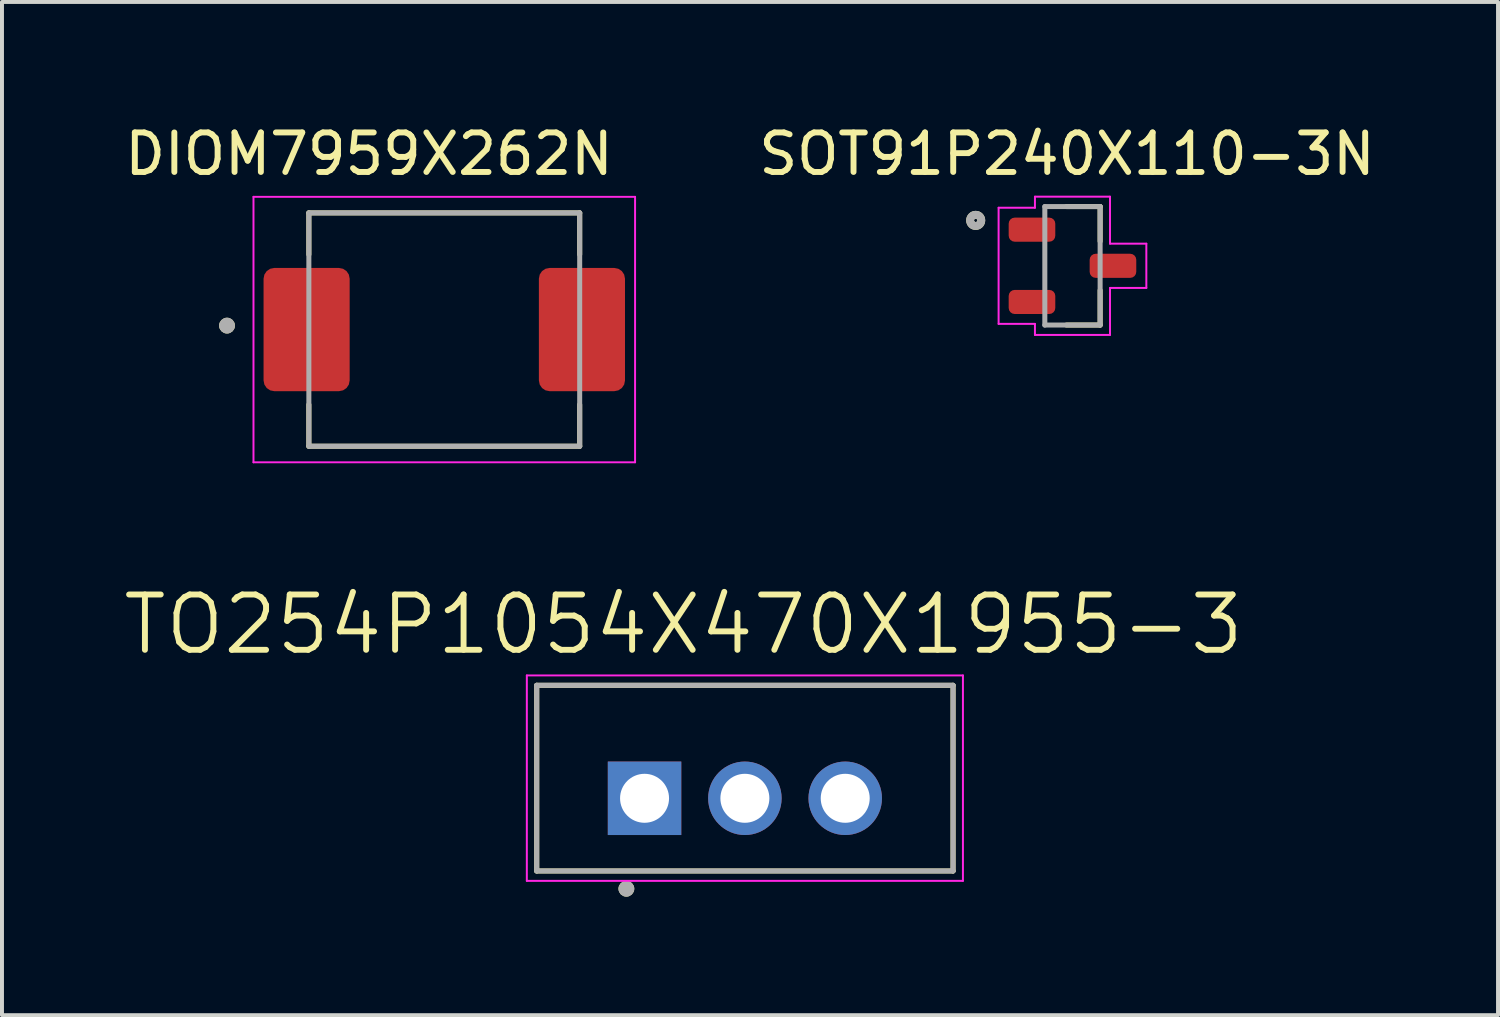
<source format=kicad_pcb>
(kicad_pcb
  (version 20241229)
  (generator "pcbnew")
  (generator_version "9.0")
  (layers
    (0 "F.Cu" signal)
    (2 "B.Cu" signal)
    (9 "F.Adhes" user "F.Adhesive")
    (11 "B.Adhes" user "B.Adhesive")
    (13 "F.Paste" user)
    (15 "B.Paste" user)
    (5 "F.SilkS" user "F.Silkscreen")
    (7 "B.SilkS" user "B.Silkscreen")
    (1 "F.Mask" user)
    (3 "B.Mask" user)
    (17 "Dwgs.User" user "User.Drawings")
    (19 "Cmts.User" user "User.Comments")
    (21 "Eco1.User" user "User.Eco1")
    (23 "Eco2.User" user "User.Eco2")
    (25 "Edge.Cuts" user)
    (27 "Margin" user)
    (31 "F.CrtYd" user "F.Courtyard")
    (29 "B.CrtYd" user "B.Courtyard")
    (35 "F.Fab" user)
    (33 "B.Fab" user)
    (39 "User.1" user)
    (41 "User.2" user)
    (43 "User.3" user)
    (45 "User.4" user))
  (footprint "DIOM7959X262N"
    (layer "F.Cu")
    (at 8.197 5.293)
    (property "Reference" "DIOM7959X262N" (at -1.905 -4.445 0) (layer "F.SilkS") (effects (font (size 1 1) (thickness 0.15))))
    (attr smd)
    (fp_line (start -3.428 -2.953) (end 3.428 -2.953) (stroke (width 0.127) (type solid)) (layer "F.SilkS"))
    (fp_line (start -3.428 -1.9) (end -3.428 -2.953) (stroke (width 0.127) (type solid)) (layer "F.SilkS"))
    (fp_line (start -3.428 1.9) (end -3.428 2.953) (stroke (width 0.127) (type solid)) (layer "F.SilkS"))
    (fp_line (start -3.428 2.953) (end 3.428 2.953) (stroke (width 0.127) (type solid)) (layer "F.SilkS"))
    (fp_line (start 3.428 -2.953) (end 3.428 -1.9) (stroke (width 0.127) (type solid)) (layer "F.SilkS"))
    (fp_line (start 3.428 2.953) (end 3.428 1.9) (stroke (width 0.127) (type solid)) (layer "F.SilkS"))
    (fp_circle (center -5.5 -0.1) (end -5.4 -0.1) (stroke (width 0.2) (type solid)) (fill no) (layer "F.SilkS"))
    (fp_line (start -4.83 -3.36) (end 4.83 -3.36) (stroke (width 0.05) (type solid)) (layer "F.CrtYd"))
    (fp_line (start -4.83 3.36) (end -4.83 -3.36) (stroke (width 0.05) (type solid)) (layer "F.CrtYd"))
    (fp_line (start 4.83 -3.36) (end 4.83 3.36) (stroke (width 0.05) (type solid)) (layer "F.CrtYd"))
    (fp_line (start 4.83 3.36) (end -4.83 3.36) (stroke (width 0.05) (type solid)) (layer "F.CrtYd"))
    (fp_line (start -3.428 -2.953) (end 3.428 -2.953) (stroke (width 0.127) (type solid)) (layer "F.Fab"))
    (fp_line (start -3.428 2.953) (end -3.428 -2.953) (stroke (width 0.127) (type solid)) (layer "F.Fab"))
    (fp_line (start 3.428 -2.953) (end 3.428 2.953) (stroke (width 0.127) (type solid)) (layer "F.Fab"))
    (fp_line (start 3.428 2.953) (end -3.428 2.953) (stroke (width 0.127) (type solid)) (layer "F.Fab"))
    (fp_circle (center -5.5 -0.1) (end -5.4 -0.1) (stroke (width 0.2) (type solid)) (fill no) (layer "F.Fab"))
    (pad "A" smd roundrect (at 3.485 0) (size 2.18 3.12) (layers "F.Cu" "F.Mask" "F.Paste") (roundrect_rratio 0.125))
    (pad "C" smd roundrect (at -3.485 0) (size 2.18 3.12) (layers "F.Cu" "F.Mask" "F.Paste") (roundrect_rratio 0.125)))
  (footprint "TO254P1054X470X1955-3"
    (layer "F.Cu")
    (at 15.807 16.649)
    (property "Reference" "TO254P1054X470X1955-3" (at -1.555 -3.889 0) (layer "F.SilkS") (effects (font (size 1.4 1.4) (thickness 0.15))))
    (attr through_hole)
    (fp_line (start -5.27 -2.35) (end 5.27 -2.35) (stroke (width 0.127) (type solid)) (layer "F.SilkS"))
    (fp_line (start -5.27 2.35) (end -5.27 -2.35) (stroke (width 0.127) (type solid)) (layer "F.SilkS"))
    (fp_line (start 5.27 -2.35) (end 5.27 2.35) (stroke (width 0.127) (type solid)) (layer "F.SilkS"))
    (fp_line (start 5.27 2.35) (end -5.27 2.35) (stroke (width 0.127) (type solid)) (layer "F.SilkS"))
    (fp_circle (center -3 2.8) (end -2.9 2.8) (stroke (width 0.2) (type solid)) (fill no) (layer "F.SilkS"))
    (fp_line (start -5.52 -2.6) (end 5.52 -2.6) (stroke (width 0.05) (type solid)) (layer "F.CrtYd"))
    (fp_line (start -5.52 2.6) (end -5.52 -2.6) (stroke (width 0.05) (type solid)) (layer "F.CrtYd"))
    (fp_line (start 5.52 -2.6) (end 5.52 2.6) (stroke (width 0.05) (type solid)) (layer "F.CrtYd"))
    (fp_line (start 5.52 2.6) (end -5.52 2.6) (stroke (width 0.05) (type solid)) (layer "F.CrtYd"))
    (fp_line (start -5.27 -2.35) (end 5.27 -2.35) (stroke (width 0.127) (type solid)) (layer "F.Fab"))
    (fp_line (start -5.27 2.35) (end -5.27 -2.35) (stroke (width 0.127) (type solid)) (layer "F.Fab"))
    (fp_line (start 5.27 -2.35) (end 5.27 2.35) (stroke (width 0.127) (type solid)) (layer "F.Fab"))
    (fp_line (start 5.27 2.35) (end -5.27 2.35) (stroke (width 0.127) (type solid)) (layer "F.Fab"))
    (fp_circle (center -3 2.8) (end -2.9 2.8) (stroke (width 0.2) (type solid)) (fill no) (layer "F.Fab"))
    (pad "1" thru_hole rect (at -2.54 0.51) (size 1.86 1.86) (drill 1.24) (layers "*.Cu" "*.Mask"))
    (pad "2" thru_hole circle (at 0 0.51) (size 1.86 1.86) (drill 1.24) (layers "*.Cu" "*.Mask"))
    (pad "3" thru_hole circle (at 2.54 0.51) (size 1.86 1.86) (drill 1.24) (layers "*.Cu" "*.Mask")))
  (footprint "SOT91P240X110-3N"
    (layer "F.Cu")
    (at 24.1 3.679)
    (property "Reference" "SOT91P240X110-3N" (at -0.138 -2.831 0) (layer "F.SilkS") (effects (font (size 1 1) (thickness 0.15))))
    (attr smd)
    (fp_line (start -0.152 1.5) (end 0.7 1.5) (stroke (width 0.127) (type solid)) (layer "F.SilkS"))
    (fp_line (start 0.7 -1.5) (end -0.152 -1.5) (stroke (width 0.127) (type solid)) (layer "F.SilkS"))
    (fp_line (start 0.7 -0.62) (end 0.7 -1.5) (stroke (width 0.127) (type solid)) (layer "F.SilkS"))
    (fp_line (start 0.7 1.5) (end 0.7 0.62) (stroke (width 0.127) (type solid)) (layer "F.SilkS"))
    (fp_circle (center -2.45 -1.15) (end -2.309 -1.15) (stroke (width 0.2) (type solid)) (fill no) (layer "F.SilkS"))
    (fp_line (start -1.87 -1.47) (end -0.95 -1.47) (stroke (width 0.05) (type solid)) (layer "F.CrtYd"))
    (fp_line (start -1.87 1.47) (end -1.87 -1.47) (stroke (width 0.05) (type solid)) (layer "F.CrtYd"))
    (fp_line (start -0.95 -1.75) (end 0.95 -1.75) (stroke (width 0.05) (type solid)) (layer "F.CrtYd"))
    (fp_line (start -0.95 -1.47) (end -0.95 -1.75) (stroke (width 0.05) (type solid)) (layer "F.CrtYd"))
    (fp_line (start -0.95 1.47) (end -1.87 1.47) (stroke (width 0.05) (type solid)) (layer "F.CrtYd"))
    (fp_line (start -0.95 1.75) (end -0.95 1.47) (stroke (width 0.05) (type solid)) (layer "F.CrtYd"))
    (fp_line (start 0.95 -1.75) (end 0.95 -0.56) (stroke (width 0.05) (type solid)) (layer "F.CrtYd"))
    (fp_line (start 0.95 -0.56) (end 1.87 -0.56) (stroke (width 0.05) (type solid)) (layer "F.CrtYd"))
    (fp_line (start 0.95 0.56) (end 0.95 1.75) (stroke (width 0.05) (type solid)) (layer "F.CrtYd"))
    (fp_line (start 0.95 1.75) (end -0.95 1.75) (stroke (width 0.05) (type solid)) (layer "F.CrtYd"))
    (fp_line (start 1.87 -0.56) (end 1.87 0.56) (stroke (width 0.05) (type solid)) (layer "F.CrtYd"))
    (fp_line (start 1.87 0.56) (end 0.95 0.56) (stroke (width 0.05) (type solid)) (layer "F.CrtYd"))
    (fp_line (start -0.7 -1.5) (end -0.7 1.5) (stroke (width 0.127) (type solid)) (layer "F.Fab"))
    (fp_line (start -0.7 1.5) (end 0.7 1.5) (stroke (width 0.127) (type solid)) (layer "F.Fab"))
    (fp_line (start 0.7 -1.5) (end -0.7 -1.5) (stroke (width 0.127) (type solid)) (layer "F.Fab"))
    (fp_line (start 0.7 1.5) (end 0.7 -1.5) (stroke (width 0.127) (type solid)) (layer "F.Fab"))
    (fp_circle (center -2.45 -1.15) (end -2.309 -1.15) (stroke (width 0.2) (type solid)) (fill no) (layer "F.Fab"))
    (pad "1" smd roundrect (at -1.025 -0.915) (size 1.18 0.61) (layers "F.Cu" "F.Mask" "F.Paste") (roundrect_rratio 0.25))
    (pad "2" smd roundrect (at -1.025 0.915) (size 1.18 0.61) (layers "F.Cu" "F.Mask" "F.Paste") (roundrect_rratio 0.25))
    (pad "3" smd roundrect (at 1.025 0) (size 1.18 0.61) (layers "F.Cu" "F.Mask" "F.Paste") (roundrect_rratio 0.25)))
  (gr_rect
    (start -3 -3)
    (end 34.873 22.649)
    (stroke (width 0.1) (type default))
    (fill no)
    (layer "Edge.Cuts")))
</source>
